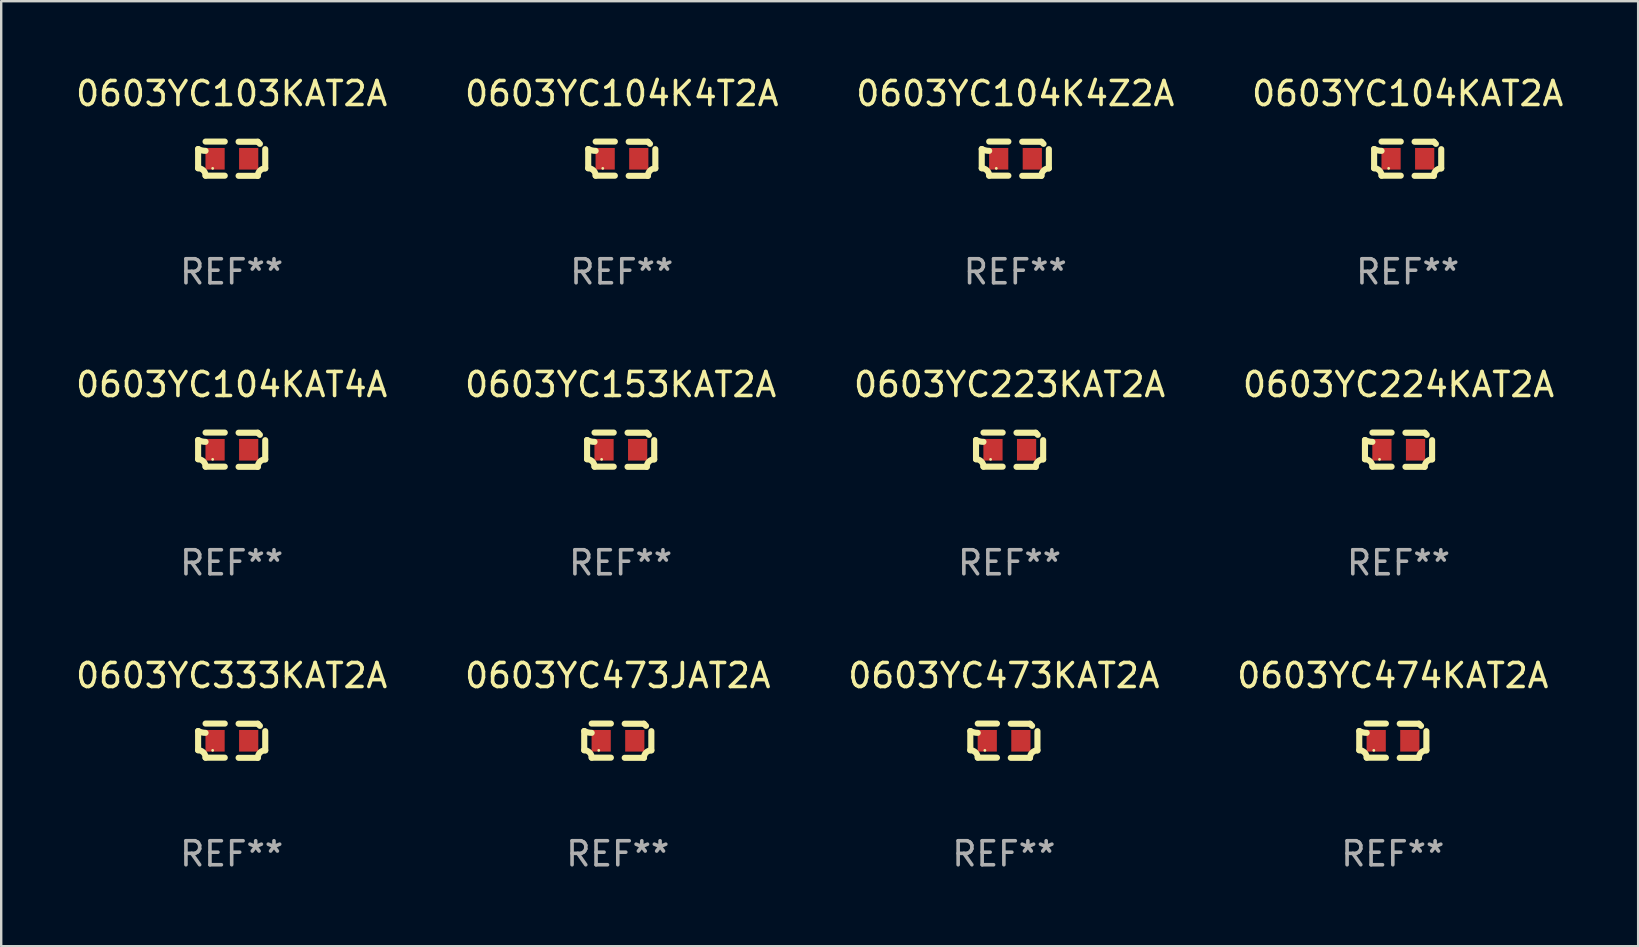
<source format=kicad_pcb>
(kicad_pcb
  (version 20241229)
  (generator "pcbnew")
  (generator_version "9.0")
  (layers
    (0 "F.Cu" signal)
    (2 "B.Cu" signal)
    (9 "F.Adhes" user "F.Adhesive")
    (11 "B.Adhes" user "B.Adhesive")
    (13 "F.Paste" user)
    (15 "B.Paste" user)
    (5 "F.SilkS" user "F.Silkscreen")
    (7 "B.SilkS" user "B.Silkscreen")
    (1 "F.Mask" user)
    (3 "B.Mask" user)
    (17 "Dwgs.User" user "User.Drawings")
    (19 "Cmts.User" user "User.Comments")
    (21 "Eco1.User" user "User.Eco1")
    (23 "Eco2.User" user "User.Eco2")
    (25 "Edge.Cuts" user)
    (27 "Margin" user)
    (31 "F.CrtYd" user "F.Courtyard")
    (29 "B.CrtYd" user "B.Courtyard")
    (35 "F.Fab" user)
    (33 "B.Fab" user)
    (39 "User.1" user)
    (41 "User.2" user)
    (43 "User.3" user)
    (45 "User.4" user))
  (footprint "0603YC153KAT2A"
    (layer "F.Cu")
    (at 22.804 15.683)
    (property "Reference" "0603YC153KAT2A" (at 0 -2.713 0) (layer "F.SilkS") (effects (font (size 1 1) (thickness 0.15))))
    (attr through_hole)
    (fp_line (start -1.398 -0.403) (end -1.398 0.397) (stroke (width 0.254) (type solid)) (layer "F.SilkS"))
    (fp_line (start -0.288 -0.713) (end -1.088 -0.713) (stroke (width 0.254) (type solid)) (layer "F.SilkS"))
    (fp_line (start -0.288 0.707) (end -1.088 0.707) (stroke (width 0.254) (type solid)) (layer "F.SilkS"))
    (fp_line (start 0.288 -0.707) (end 1.088 -0.707) (stroke (width 0.254) (type solid)) (layer "F.SilkS"))
    (fp_line (start 0.288 0.713) (end 1.088 0.713) (stroke (width 0.254) (type solid)) (layer "F.SilkS"))
    (fp_line (start 1.398 -0.397) (end 1.398 0.403) (stroke (width 0.254) (type solid)) (layer "F.SilkS"))
    (fp_arc (start -1.397789 0.397066) (mid -1.178701 0.487826) (end -1.08796 0.706922) (stroke (width 0.254001) (type solid)) (layer "F.SilkS"))
    (fp_arc (start -1.08796 -0.327176) (mid -1.247436 -0.346384) (end -1.39779 -0.402908) (stroke (width 0.254001) (type solid)) (layer "F.SilkS"))
    (fp_arc (start 1.087909 0.712738) (mid 1.178656 0.493655) (end 1.397739 0.402908) (stroke (width 0.254001) (type solid)) (layer "F.SilkS"))
    (fp_arc (start 1.175925 -0.618926) (mid 1.131917 -0.662923) (end 1.08791 -0.706922) (stroke (width 0.254001) (type solid)) (layer "F.SilkS"))
    (fp_circle (center -0.792 0.403) (end -0.762 0.403) (stroke (width 0.06) (type solid)) (fill no) (layer "F.SilkS"))
    (fp_text user "REF**" (at 0 4.713 0) (layer "F.Fab") (effects (font (size 1 1) (thickness 0.15))))
    (pad "1" smd rect (at -0.692 0.003) (size 0.8 0.9) (layers "F.Cu" "F.Mask" "F.Paste"))
    (pad "2" smd rect (at 0.708 0.003) (size 0.8 0.9) (layers "F.Cu" "F.Mask" "F.Paste")))
  (footprint "0603YC224KAT2A"
    (layer "F.Cu")
    (at 55.208 15.683)
    (property "Reference" "0603YC224KAT2A" (at 0 -2.713 0) (layer "F.SilkS") (effects (font (size 1 1) (thickness 0.15))))
    (attr through_hole)
    (fp_line (start -1.398 -0.403) (end -1.398 0.397) (stroke (width 0.254) (type solid)) (layer "F.SilkS"))
    (fp_line (start -0.288 -0.713) (end -1.088 -0.713) (stroke (width 0.254) (type solid)) (layer "F.SilkS"))
    (fp_line (start -0.288 0.707) (end -1.088 0.707) (stroke (width 0.254) (type solid)) (layer "F.SilkS"))
    (fp_line (start 0.288 -0.707) (end 1.088 -0.707) (stroke (width 0.254) (type solid)) (layer "F.SilkS"))
    (fp_line (start 0.288 0.713) (end 1.088 0.713) (stroke (width 0.254) (type solid)) (layer "F.SilkS"))
    (fp_line (start 1.398 -0.397) (end 1.398 0.403) (stroke (width 0.254) (type solid)) (layer "F.SilkS"))
    (fp_arc (start -1.397789 0.397066) (mid -1.178701 0.487826) (end -1.08796 0.706922) (stroke (width 0.254001) (type solid)) (layer "F.SilkS"))
    (fp_arc (start -1.08796 -0.327176) (mid -1.247436 -0.346384) (end -1.39779 -0.402908) (stroke (width 0.254001) (type solid)) (layer "F.SilkS"))
    (fp_arc (start 1.087909 0.712738) (mid 1.178656 0.493655) (end 1.397739 0.402908) (stroke (width 0.254001) (type solid)) (layer "F.SilkS"))
    (fp_arc (start 1.175925 -0.618926) (mid 1.131917 -0.662923) (end 1.08791 -0.706922) (stroke (width 0.254001) (type solid)) (layer "F.SilkS"))
    (fp_circle (center -0.792 0.403) (end -0.762 0.403) (stroke (width 0.06) (type solid)) (fill no) (layer "F.SilkS"))
    (fp_text user "REF**" (at 0 4.713 0) (layer "F.Fab") (effects (font (size 1 1) (thickness 0.15))))
    (pad "1" smd rect (at -0.692 0.003) (size 0.8 0.9) (layers "F.Cu" "F.Mask" "F.Paste"))
    (pad "2" smd rect (at 0.708 0.003) (size 0.8 0.9) (layers "F.Cu" "F.Mask" "F.Paste")))
  (footprint "0603YC473JAT2A"
    (layer "F.Cu")
    (at 22.685 27.805)
    (property "Reference" "0603YC473JAT2A" (at 0 -2.713 0) (layer "F.SilkS") (effects (font (size 1 1) (thickness 0.15))))
    (attr through_hole)
    (fp_line (start -1.398 -0.403) (end -1.398 0.397) (stroke (width 0.254) (type solid)) (layer "F.SilkS"))
    (fp_line (start -0.288 -0.713) (end -1.088 -0.713) (stroke (width 0.254) (type solid)) (layer "F.SilkS"))
    (fp_line (start -0.288 0.707) (end -1.088 0.707) (stroke (width 0.254) (type solid)) (layer "F.SilkS"))
    (fp_line (start 0.288 -0.707) (end 1.088 -0.707) (stroke (width 0.254) (type solid)) (layer "F.SilkS"))
    (fp_line (start 0.288 0.713) (end 1.088 0.713) (stroke (width 0.254) (type solid)) (layer "F.SilkS"))
    (fp_line (start 1.398 -0.397) (end 1.398 0.403) (stroke (width 0.254) (type solid)) (layer "F.SilkS"))
    (fp_arc (start -1.397789 0.397066) (mid -1.178701 0.487826) (end -1.08796 0.706922) (stroke (width 0.254001) (type solid)) (layer "F.SilkS"))
    (fp_arc (start -1.08796 -0.327176) (mid -1.247436 -0.346384) (end -1.39779 -0.402908) (stroke (width 0.254001) (type solid)) (layer "F.SilkS"))
    (fp_arc (start 1.087909 0.712738) (mid 1.178656 0.493655) (end 1.397739 0.402908) (stroke (width 0.254001) (type solid)) (layer "F.SilkS"))
    (fp_arc (start 1.175925 -0.618926) (mid 1.131917 -0.662923) (end 1.08791 -0.706922) (stroke (width 0.254001) (type solid)) (layer "F.SilkS"))
    (fp_circle (center -0.792 0.403) (end -0.762 0.403) (stroke (width 0.06) (type solid)) (fill no) (layer "F.SilkS"))
    (fp_text user "REF**" (at 0 4.713 0) (layer "F.Fab") (effects (font (size 1 1) (thickness 0.15))))
    (pad "1" smd rect (at -0.692 0.003) (size 0.8 0.9) (layers "F.Cu" "F.Mask" "F.Paste"))
    (pad "2" smd rect (at 0.708 0.003) (size 0.8 0.9) (layers "F.Cu" "F.Mask" "F.Paste")))
  (footprint "0603YC223KAT2A"
    (layer "F.Cu")
    (at 39.006 15.683)
    (property "Reference" "0603YC223KAT2A" (at 0 -2.713 0) (layer "F.SilkS") (effects (font (size 1 1) (thickness 0.15))))
    (attr through_hole)
    (fp_line (start -1.398 -0.403) (end -1.398 0.397) (stroke (width 0.254) (type solid)) (layer "F.SilkS"))
    (fp_line (start -0.288 -0.713) (end -1.088 -0.713) (stroke (width 0.254) (type solid)) (layer "F.SilkS"))
    (fp_line (start -0.288 0.707) (end -1.088 0.707) (stroke (width 0.254) (type solid)) (layer "F.SilkS"))
    (fp_line (start 0.288 -0.707) (end 1.088 -0.707) (stroke (width 0.254) (type solid)) (layer "F.SilkS"))
    (fp_line (start 0.288 0.713) (end 1.088 0.713) (stroke (width 0.254) (type solid)) (layer "F.SilkS"))
    (fp_line (start 1.398 -0.397) (end 1.398 0.403) (stroke (width 0.254) (type solid)) (layer "F.SilkS"))
    (fp_arc (start -1.397789 0.397066) (mid -1.178701 0.487826) (end -1.08796 0.706922) (stroke (width 0.254001) (type solid)) (layer "F.SilkS"))
    (fp_arc (start -1.08796 -0.327176) (mid -1.247436 -0.346384) (end -1.39779 -0.402908) (stroke (width 0.254001) (type solid)) (layer "F.SilkS"))
    (fp_arc (start 1.087909 0.712738) (mid 1.178656 0.493655) (end 1.397739 0.402908) (stroke (width 0.254001) (type solid)) (layer "F.SilkS"))
    (fp_arc (start 1.175925 -0.618926) (mid 1.131917 -0.662923) (end 1.08791 -0.706922) (stroke (width 0.254001) (type solid)) (layer "F.SilkS"))
    (fp_circle (center -0.792 0.403) (end -0.762 0.403) (stroke (width 0.06) (type solid)) (fill no) (layer "F.SilkS"))
    (fp_text user "REF**" (at 0 4.713 0) (layer "F.Fab") (effects (font (size 1 1) (thickness 0.15))))
    (pad "1" smd rect (at -0.692 0.003) (size 0.8 0.9) (layers "F.Cu" "F.Mask" "F.Paste"))
    (pad "2" smd rect (at 0.708 0.003) (size 0.8 0.9) (layers "F.Cu" "F.Mask" "F.Paste")))
  (footprint "0603YC474KAT2A"
    (layer "F.Cu")
    (at 54.97 27.805)
    (property "Reference" "0603YC474KAT2A" (at 0 -2.713 0) (layer "F.SilkS") (effects (font (size 1 1) (thickness 0.15))))
    (attr through_hole)
    (fp_line (start -1.398 -0.403) (end -1.398 0.397) (stroke (width 0.254) (type solid)) (layer "F.SilkS"))
    (fp_line (start -0.288 -0.713) (end -1.088 -0.713) (stroke (width 0.254) (type solid)) (layer "F.SilkS"))
    (fp_line (start -0.288 0.707) (end -1.088 0.707) (stroke (width 0.254) (type solid)) (layer "F.SilkS"))
    (fp_line (start 0.288 -0.707) (end 1.088 -0.707) (stroke (width 0.254) (type solid)) (layer "F.SilkS"))
    (fp_line (start 0.288 0.713) (end 1.088 0.713) (stroke (width 0.254) (type solid)) (layer "F.SilkS"))
    (fp_line (start 1.398 -0.397) (end 1.398 0.403) (stroke (width 0.254) (type solid)) (layer "F.SilkS"))
    (fp_arc (start -1.397789 0.397066) (mid -1.178701 0.487826) (end -1.08796 0.706922) (stroke (width 0.254001) (type solid)) (layer "F.SilkS"))
    (fp_arc (start -1.08796 -0.327176) (mid -1.247436 -0.346384) (end -1.39779 -0.402908) (stroke (width 0.254001) (type solid)) (layer "F.SilkS"))
    (fp_arc (start 1.087909 0.712738) (mid 1.178656 0.493655) (end 1.397739 0.402908) (stroke (width 0.254001) (type solid)) (layer "F.SilkS"))
    (fp_arc (start 1.175925 -0.618926) (mid 1.131917 -0.662923) (end 1.08791 -0.706922) (stroke (width 0.254001) (type solid)) (layer "F.SilkS"))
    (fp_circle (center -0.792 0.403) (end -0.762 0.403) (stroke (width 0.06) (type solid)) (fill no) (layer "F.SilkS"))
    (fp_text user "REF**" (at 0 4.713 0) (layer "F.Fab") (effects (font (size 1 1) (thickness 0.15))))
    (pad "1" smd rect (at -0.692 0.003) (size 0.8 0.9) (layers "F.Cu" "F.Mask" "F.Paste"))
    (pad "2" smd rect (at 0.708 0.003) (size 0.8 0.9) (layers "F.Cu" "F.Mask" "F.Paste")))
  (footprint "0603YC103KAT2A"
    (layer "F.Cu")
    (at 6.601 3.561)
    (property "Reference" "0603YC103KAT2A" (at 0 -2.713 0) (layer "F.SilkS") (effects (font (size 1 1) (thickness 0.15))))
    (attr through_hole)
    (fp_line (start -1.398 -0.403) (end -1.398 0.397) (stroke (width 0.254) (type solid)) (layer "F.SilkS"))
    (fp_line (start -0.288 -0.713) (end -1.088 -0.713) (stroke (width 0.254) (type solid)) (layer "F.SilkS"))
    (fp_line (start -0.288 0.707) (end -1.088 0.707) (stroke (width 0.254) (type solid)) (layer "F.SilkS"))
    (fp_line (start 0.288 -0.707) (end 1.088 -0.707) (stroke (width 0.254) (type solid)) (layer "F.SilkS"))
    (fp_line (start 0.288 0.713) (end 1.088 0.713) (stroke (width 0.254) (type solid)) (layer "F.SilkS"))
    (fp_line (start 1.398 -0.397) (end 1.398 0.403) (stroke (width 0.254) (type solid)) (layer "F.SilkS"))
    (fp_arc (start -1.397789 0.397066) (mid -1.178701 0.487826) (end -1.08796 0.706922) (stroke (width 0.254001) (type solid)) (layer "F.SilkS"))
    (fp_arc (start -1.08796 -0.327176) (mid -1.247436 -0.346384) (end -1.39779 -0.402908) (stroke (width 0.254001) (type solid)) (layer "F.SilkS"))
    (fp_arc (start 1.087909 0.712738) (mid 1.178656 0.493655) (end 1.397739 0.402908) (stroke (width 0.254001) (type solid)) (layer "F.SilkS"))
    (fp_arc (start 1.175925 -0.618926) (mid 1.131917 -0.662923) (end 1.08791 -0.706922) (stroke (width 0.254001) (type solid)) (layer "F.SilkS"))
    (fp_circle (center -0.792 0.403) (end -0.762 0.403) (stroke (width 0.06) (type solid)) (fill no) (layer "F.SilkS"))
    (fp_text user "REF**" (at 0 4.713 0) (layer "F.Fab") (effects (font (size 1 1) (thickness 0.15))))
    (pad "1" smd rect (at -0.692 0.003) (size 0.8 0.9) (layers "F.Cu" "F.Mask" "F.Paste"))
    (pad "2" smd rect (at 0.708 0.003) (size 0.8 0.9) (layers "F.Cu" "F.Mask" "F.Paste")))
  (footprint "0603YC104K4T2A"
    (layer "F.Cu")
    (at 22.851 3.561)
    (property "Reference" "0603YC104K4T2A" (at 0 -2.713 0) (layer "F.SilkS") (effects (font (size 1 1) (thickness 0.15))))
    (attr through_hole)
    (fp_line (start -1.398 -0.403) (end -1.398 0.397) (stroke (width 0.254) (type solid)) (layer "F.SilkS"))
    (fp_line (start -0.288 -0.713) (end -1.088 -0.713) (stroke (width 0.254) (type solid)) (layer "F.SilkS"))
    (fp_line (start -0.288 0.707) (end -1.088 0.707) (stroke (width 0.254) (type solid)) (layer "F.SilkS"))
    (fp_line (start 0.288 -0.707) (end 1.088 -0.707) (stroke (width 0.254) (type solid)) (layer "F.SilkS"))
    (fp_line (start 0.288 0.713) (end 1.088 0.713) (stroke (width 0.254) (type solid)) (layer "F.SilkS"))
    (fp_line (start 1.398 -0.397) (end 1.398 0.403) (stroke (width 0.254) (type solid)) (layer "F.SilkS"))
    (fp_arc (start -1.397789 0.397066) (mid -1.178701 0.487826) (end -1.08796 0.706922) (stroke (width 0.254001) (type solid)) (layer "F.SilkS"))
    (fp_arc (start -1.08796 -0.327176) (mid -1.247436 -0.346384) (end -1.39779 -0.402908) (stroke (width 0.254001) (type solid)) (layer "F.SilkS"))
    (fp_arc (start 1.087909 0.712738) (mid 1.178656 0.493655) (end 1.397739 0.402908) (stroke (width 0.254001) (type solid)) (layer "F.SilkS"))
    (fp_arc (start 1.175925 -0.618926) (mid 1.131917 -0.662923) (end 1.08791 -0.706922) (stroke (width 0.254001) (type solid)) (layer "F.SilkS"))
    (fp_circle (center -0.792 0.403) (end -0.762 0.403) (stroke (width 0.06) (type solid)) (fill no) (layer "F.SilkS"))
    (fp_text user "REF**" (at 0 4.713 0) (layer "F.Fab") (effects (font (size 1 1) (thickness 0.15))))
    (pad "1" smd rect (at -0.692 0.003) (size 0.8 0.9) (layers "F.Cu" "F.Mask" "F.Paste"))
    (pad "2" smd rect (at 0.708 0.003) (size 0.8 0.9) (layers "F.Cu" "F.Mask" "F.Paste")))
  (footprint "0603YC473KAT2A"
    (layer "F.Cu")
    (at 38.768 27.805)
    (property "Reference" "0603YC473KAT2A" (at 0 -2.713 0) (layer "F.SilkS") (effects (font (size 1 1) (thickness 0.15))))
    (attr through_hole)
    (fp_line (start -1.398 -0.403) (end -1.398 0.397) (stroke (width 0.254) (type solid)) (layer "F.SilkS"))
    (fp_line (start -0.288 -0.713) (end -1.088 -0.713) (stroke (width 0.254) (type solid)) (layer "F.SilkS"))
    (fp_line (start -0.288 0.707) (end -1.088 0.707) (stroke (width 0.254) (type solid)) (layer "F.SilkS"))
    (fp_line (start 0.288 -0.707) (end 1.088 -0.707) (stroke (width 0.254) (type solid)) (layer "F.SilkS"))
    (fp_line (start 0.288 0.713) (end 1.088 0.713) (stroke (width 0.254) (type solid)) (layer "F.SilkS"))
    (fp_line (start 1.398 -0.397) (end 1.398 0.403) (stroke (width 0.254) (type solid)) (layer "F.SilkS"))
    (fp_arc (start -1.397789 0.397066) (mid -1.178701 0.487826) (end -1.08796 0.706922) (stroke (width 0.254001) (type solid)) (layer "F.SilkS"))
    (fp_arc (start -1.08796 -0.327176) (mid -1.247436 -0.346384) (end -1.39779 -0.402908) (stroke (width 0.254001) (type solid)) (layer "F.SilkS"))
    (fp_arc (start 1.087909 0.712738) (mid 1.178656 0.493655) (end 1.397739 0.402908) (stroke (width 0.254001) (type solid)) (layer "F.SilkS"))
    (fp_arc (start 1.175925 -0.618926) (mid 1.131917 -0.662923) (end 1.08791 -0.706922) (stroke (width 0.254001) (type solid)) (layer "F.SilkS"))
    (fp_circle (center -0.792 0.403) (end -0.762 0.403) (stroke (width 0.06) (type solid)) (fill no) (layer "F.SilkS"))
    (fp_text user "REF**" (at 0 4.713 0) (layer "F.Fab") (effects (font (size 1 1) (thickness 0.15))))
    (pad "1" smd rect (at -0.692 0.003) (size 0.8 0.9) (layers "F.Cu" "F.Mask" "F.Paste"))
    (pad "2" smd rect (at 0.708 0.003) (size 0.8 0.9) (layers "F.Cu" "F.Mask" "F.Paste")))
  (footprint "0603YC104K4Z2A"
    (layer "F.Cu")
    (at 39.244 3.561)
    (property "Reference" "0603YC104K4Z2A" (at 0 -2.713 0) (layer "F.SilkS") (effects (font (size 1 1) (thickness 0.15))))
    (attr through_hole)
    (fp_line (start -1.398 -0.403) (end -1.398 0.397) (stroke (width 0.254) (type solid)) (layer "F.SilkS"))
    (fp_line (start -0.288 -0.713) (end -1.088 -0.713) (stroke (width 0.254) (type solid)) (layer "F.SilkS"))
    (fp_line (start -0.288 0.707) (end -1.088 0.707) (stroke (width 0.254) (type solid)) (layer "F.SilkS"))
    (fp_line (start 0.288 -0.707) (end 1.088 -0.707) (stroke (width 0.254) (type solid)) (layer "F.SilkS"))
    (fp_line (start 0.288 0.713) (end 1.088 0.713) (stroke (width 0.254) (type solid)) (layer "F.SilkS"))
    (fp_line (start 1.398 -0.397) (end 1.398 0.403) (stroke (width 0.254) (type solid)) (layer "F.SilkS"))
    (fp_arc (start -1.397789 0.397066) (mid -1.178701 0.487826) (end -1.08796 0.706922) (stroke (width 0.254001) (type solid)) (layer "F.SilkS"))
    (fp_arc (start -1.08796 -0.327176) (mid -1.247436 -0.346384) (end -1.39779 -0.402908) (stroke (width 0.254001) (type solid)) (layer "F.SilkS"))
    (fp_arc (start 1.087909 0.712738) (mid 1.178656 0.493655) (end 1.397739 0.402908) (stroke (width 0.254001) (type solid)) (layer "F.SilkS"))
    (fp_arc (start 1.175925 -0.618926) (mid 1.131917 -0.662923) (end 1.08791 -0.706922) (stroke (width 0.254001) (type solid)) (layer "F.SilkS"))
    (fp_circle (center -0.792 0.403) (end -0.762 0.403) (stroke (width 0.06) (type solid)) (fill no) (layer "F.SilkS"))
    (fp_text user "REF**" (at 0 4.713 0) (layer "F.Fab") (effects (font (size 1 1) (thickness 0.15))))
    (pad "1" smd rect (at -0.692 0.003) (size 0.8 0.9) (layers "F.Cu" "F.Mask" "F.Paste"))
    (pad "2" smd rect (at 0.708 0.003) (size 0.8 0.9) (layers "F.Cu" "F.Mask" "F.Paste")))
  (footprint "0603YC104KAT2A"
    (layer "F.Cu")
    (at 55.589 3.561)
    (property "Reference" "0603YC104KAT2A" (at 0 -2.713 0) (layer "F.SilkS") (effects (font (size 1 1) (thickness 0.15))))
    (attr through_hole)
    (fp_line (start -1.398 -0.403) (end -1.398 0.397) (stroke (width 0.254) (type solid)) (layer "F.SilkS"))
    (fp_line (start -0.288 -0.713) (end -1.088 -0.713) (stroke (width 0.254) (type solid)) (layer "F.SilkS"))
    (fp_line (start -0.288 0.707) (end -1.088 0.707) (stroke (width 0.254) (type solid)) (layer "F.SilkS"))
    (fp_line (start 0.288 -0.707) (end 1.088 -0.707) (stroke (width 0.254) (type solid)) (layer "F.SilkS"))
    (fp_line (start 0.288 0.713) (end 1.088 0.713) (stroke (width 0.254) (type solid)) (layer "F.SilkS"))
    (fp_line (start 1.398 -0.397) (end 1.398 0.403) (stroke (width 0.254) (type solid)) (layer "F.SilkS"))
    (fp_arc (start -1.397789 0.397066) (mid -1.178701 0.487826) (end -1.08796 0.706922) (stroke (width 0.254001) (type solid)) (layer "F.SilkS"))
    (fp_arc (start -1.08796 -0.327176) (mid -1.247436 -0.346384) (end -1.39779 -0.402908) (stroke (width 0.254001) (type solid)) (layer "F.SilkS"))
    (fp_arc (start 1.087909 0.712738) (mid 1.178656 0.493655) (end 1.397739 0.402908) (stroke (width 0.254001) (type solid)) (layer "F.SilkS"))
    (fp_arc (start 1.175925 -0.618926) (mid 1.131917 -0.662923) (end 1.08791 -0.706922) (stroke (width 0.254001) (type solid)) (layer "F.SilkS"))
    (fp_circle (center -0.792 0.403) (end -0.762 0.403) (stroke (width 0.06) (type solid)) (fill no) (layer "F.SilkS"))
    (fp_text user "REF**" (at 0 4.713 0) (layer "F.Fab") (effects (font (size 1 1) (thickness 0.15))))
    (pad "1" smd rect (at -0.692 0.003) (size 0.8 0.9) (layers "F.Cu" "F.Mask" "F.Paste"))
    (pad "2" smd rect (at 0.708 0.003) (size 0.8 0.9) (layers "F.Cu" "F.Mask" "F.Paste")))
  (footprint "0603YC104KAT4A"
    (layer "F.Cu")
    (at 6.601 15.683)
    (property "Reference" "0603YC104KAT4A" (at 0 -2.713 0) (layer "F.SilkS") (effects (font (size 1 1) (thickness 0.15))))
    (attr through_hole)
    (fp_line (start -1.398 -0.403) (end -1.398 0.397) (stroke (width 0.254) (type solid)) (layer "F.SilkS"))
    (fp_line (start -0.288 -0.713) (end -1.088 -0.713) (stroke (width 0.254) (type solid)) (layer "F.SilkS"))
    (fp_line (start -0.288 0.707) (end -1.088 0.707) (stroke (width 0.254) (type solid)) (layer "F.SilkS"))
    (fp_line (start 0.288 -0.707) (end 1.088 -0.707) (stroke (width 0.254) (type solid)) (layer "F.SilkS"))
    (fp_line (start 0.288 0.713) (end 1.088 0.713) (stroke (width 0.254) (type solid)) (layer "F.SilkS"))
    (fp_line (start 1.398 -0.397) (end 1.398 0.403) (stroke (width 0.254) (type solid)) (layer "F.SilkS"))
    (fp_arc (start -1.397789 0.397066) (mid -1.178701 0.487826) (end -1.08796 0.706922) (stroke (width 0.254001) (type solid)) (layer "F.SilkS"))
    (fp_arc (start -1.08796 -0.327176) (mid -1.247436 -0.346384) (end -1.39779 -0.402908) (stroke (width 0.254001) (type solid)) (layer "F.SilkS"))
    (fp_arc (start 1.087909 0.712738) (mid 1.178656 0.493655) (end 1.397739 0.402908) (stroke (width 0.254001) (type solid)) (layer "F.SilkS"))
    (fp_arc (start 1.175925 -0.618926) (mid 1.131917 -0.662923) (end 1.08791 -0.706922) (stroke (width 0.254001) (type solid)) (layer "F.SilkS"))
    (fp_circle (center -0.792 0.403) (end -0.762 0.403) (stroke (width 0.06) (type solid)) (fill no) (layer "F.SilkS"))
    (fp_text user "REF**" (at 0 4.713 0) (layer "F.Fab") (effects (font (size 1 1) (thickness 0.15))))
    (pad "1" smd rect (at -0.692 0.003) (size 0.8 0.9) (layers "F.Cu" "F.Mask" "F.Paste"))
    (pad "2" smd rect (at 0.708 0.003) (size 0.8 0.9) (layers "F.Cu" "F.Mask" "F.Paste")))
  (footprint "0603YC333KAT2A"
    (layer "F.Cu")
    (at 6.601 27.805)
    (property "Reference" "0603YC333KAT2A" (at 0 -2.713 0) (layer "F.SilkS") (effects (font (size 1 1) (thickness 0.15))))
    (attr through_hole)
    (fp_line (start -1.398 -0.403) (end -1.398 0.397) (stroke (width 0.254) (type solid)) (layer "F.SilkS"))
    (fp_line (start -0.288 -0.713) (end -1.088 -0.713) (stroke (width 0.254) (type solid)) (layer "F.SilkS"))
    (fp_line (start -0.288 0.707) (end -1.088 0.707) (stroke (width 0.254) (type solid)) (layer "F.SilkS"))
    (fp_line (start 0.288 -0.707) (end 1.088 -0.707) (stroke (width 0.254) (type solid)) (layer "F.SilkS"))
    (fp_line (start 0.288 0.713) (end 1.088 0.713) (stroke (width 0.254) (type solid)) (layer "F.SilkS"))
    (fp_line (start 1.398 -0.397) (end 1.398 0.403) (stroke (width 0.254) (type solid)) (layer "F.SilkS"))
    (fp_arc (start -1.397789 0.397066) (mid -1.178701 0.487826) (end -1.08796 0.706922) (stroke (width 0.254001) (type solid)) (layer "F.SilkS"))
    (fp_arc (start -1.08796 -0.327176) (mid -1.247436 -0.346384) (end -1.39779 -0.402908) (stroke (width 0.254001) (type solid)) (layer "F.SilkS"))
    (fp_arc (start 1.087909 0.712738) (mid 1.178656 0.493655) (end 1.397739 0.402908) (stroke (width 0.254001) (type solid)) (layer "F.SilkS"))
    (fp_arc (start 1.175925 -0.618926) (mid 1.131917 -0.662923) (end 1.08791 -0.706922) (stroke (width 0.254001) (type solid)) (layer "F.SilkS"))
    (fp_circle (center -0.792 0.403) (end -0.762 0.403) (stroke (width 0.06) (type solid)) (fill no) (layer "F.SilkS"))
    (fp_text user "REF**" (at 0 4.713 0) (layer "F.Fab") (effects (font (size 1 1) (thickness 0.15))))
    (pad "1" smd rect (at -0.692 0.003) (size 0.8 0.9) (layers "F.Cu" "F.Mask" "F.Paste"))
    (pad "2" smd rect (at 0.708 0.003) (size 0.8 0.9) (layers "F.Cu" "F.Mask" "F.Paste")))
  (gr_rect
    (start -3 -3)
    (end 65.19 36.366)
    (stroke (width 0.1) (type default))
    (fill no)
    (layer "Edge.Cuts")))
</source>
